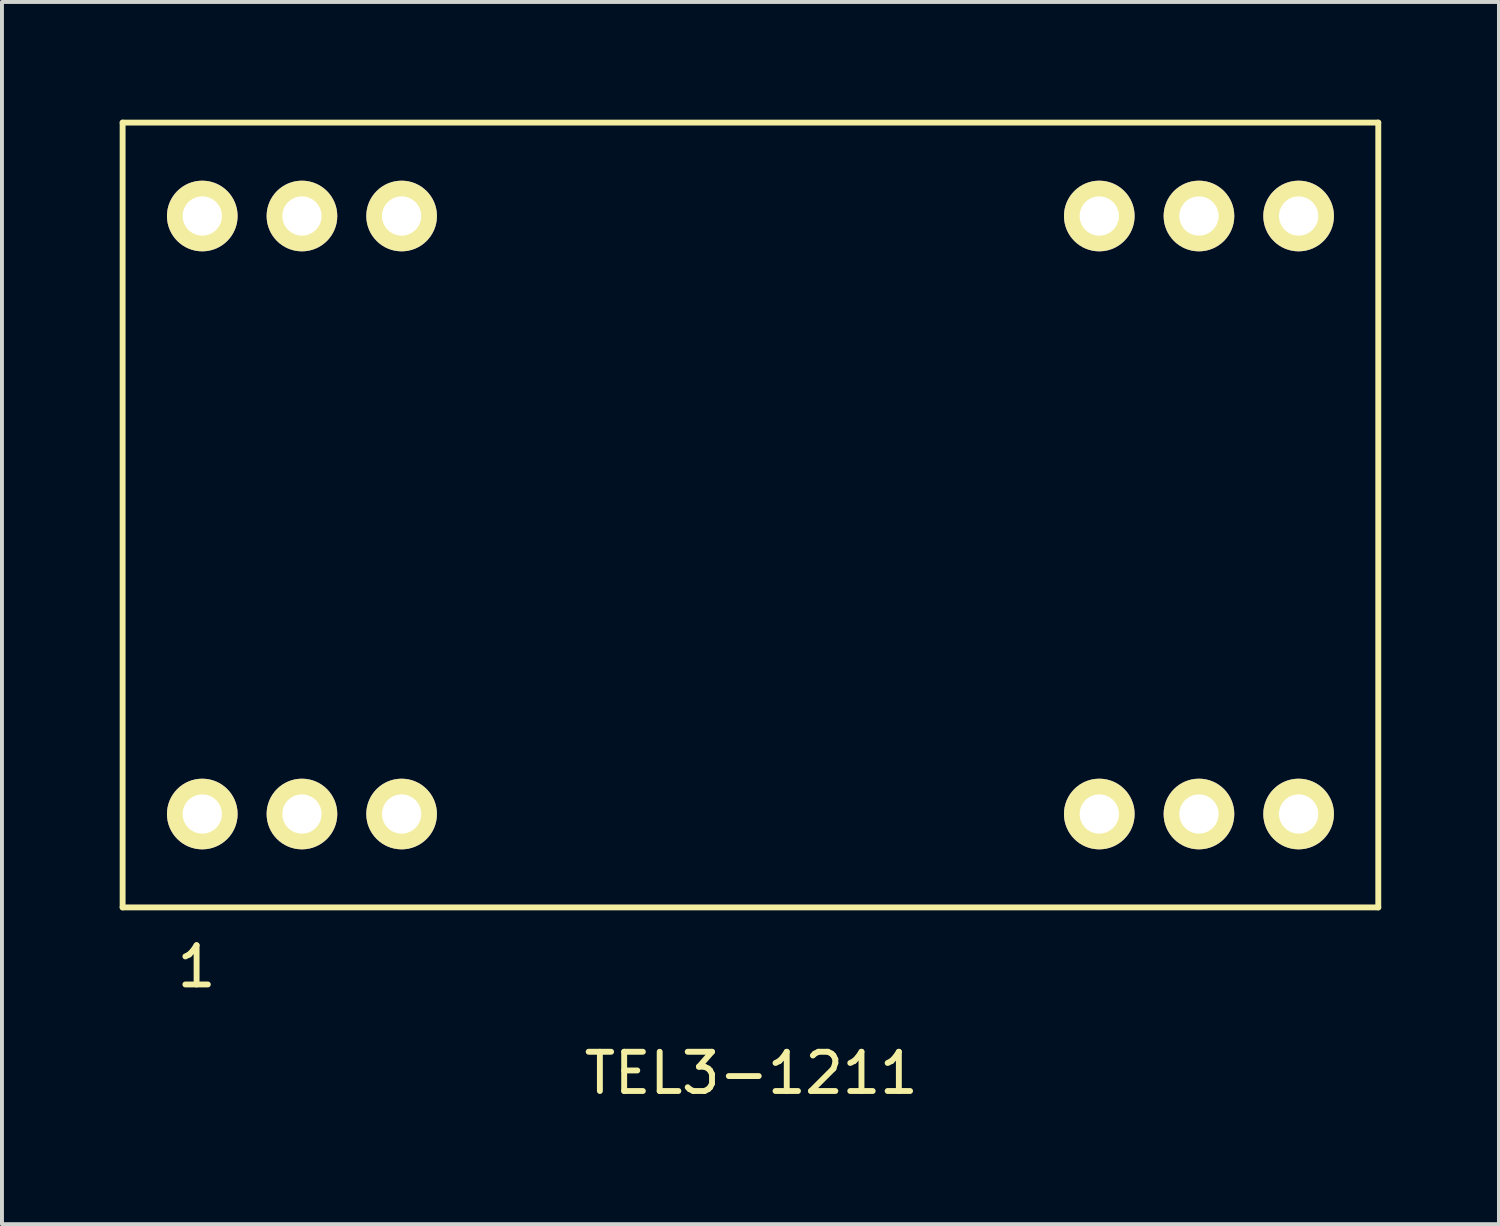
<source format=kicad_pcb>
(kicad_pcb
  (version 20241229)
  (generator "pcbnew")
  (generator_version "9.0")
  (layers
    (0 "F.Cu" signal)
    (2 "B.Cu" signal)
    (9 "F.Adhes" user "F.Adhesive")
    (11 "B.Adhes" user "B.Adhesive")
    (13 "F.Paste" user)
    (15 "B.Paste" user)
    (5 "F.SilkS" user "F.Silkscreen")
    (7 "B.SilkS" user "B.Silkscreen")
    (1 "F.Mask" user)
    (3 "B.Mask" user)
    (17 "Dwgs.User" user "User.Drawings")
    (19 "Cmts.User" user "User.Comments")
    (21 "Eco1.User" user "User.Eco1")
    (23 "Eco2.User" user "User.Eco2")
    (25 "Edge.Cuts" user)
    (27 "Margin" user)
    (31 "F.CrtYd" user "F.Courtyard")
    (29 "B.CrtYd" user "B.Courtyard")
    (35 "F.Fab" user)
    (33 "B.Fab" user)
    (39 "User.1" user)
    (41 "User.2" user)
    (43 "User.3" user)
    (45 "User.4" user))
  (footprint "TEL3-1211"
    (layer "F.Cu")
    (at 16.075 10.075)
    (property "Reference" "TEL3-1211" (at 0.02 14.224 0) (layer "F.SilkS") (effects (font (size 1 1) (thickness 0.15))))
    (attr through_hole)
    (fp_line (start -16 -10) (end 16 -10) (stroke (width 0.15) (type solid)) (layer "F.SilkS"))
    (fp_line (start -16 10) (end -16 -10) (stroke (width 0.15) (type solid)) (layer "F.SilkS"))
    (fp_line (start 16 -10) (end 16 10) (stroke (width 0.15) (type solid)) (layer "F.SilkS"))
    (fp_line (start 16 10) (end -16 10) (stroke (width 0.15) (type solid)) (layer "F.SilkS"))
    (fp_text user "1" (at -14.115 11.509 0) (layer "F.SilkS") (effects (font (size 1 1) (thickness 0.15))))
    (pad "1" thru_hole circle (at -13.97 7.62) (size 1.8 1.8) (drill 1) (layers "*.Cu" "*.Mask" "F.SilkS"))
    (pad "2" thru_hole circle (at -11.43 7.62) (size 1.8 1.8) (drill 1) (layers "*.Cu" "*.Mask" "F.SilkS"))
    (pad "3" thru_hole circle (at -8.89 7.62) (size 1.8 1.8) (drill 1) (layers "*.Cu" "*.Mask" "F.SilkS"))
    (pad "10" thru_hole circle (at 8.89 7.62) (size 1.8 1.8) (drill 1) (layers "*.Cu" "*.Mask" "F.SilkS"))
    (pad "11" thru_hole circle (at 11.43 7.62) (size 1.8 1.8) (drill 1) (layers "*.Cu" "*.Mask" "F.SilkS"))
    (pad "12" thru_hole circle (at 13.97 7.62) (size 1.8 1.8) (drill 1) (layers "*.Cu" "*.Mask" "F.SilkS"))
    (pad "13" thru_hole circle (at 13.97 -7.62) (size 1.8 1.8) (drill 1) (layers "*.Cu" "*.Mask" "F.SilkS"))
    (pad "14" thru_hole circle (at 11.43 -7.62) (size 1.8 1.8) (drill 1) (layers "*.Cu" "*.Mask" "F.SilkS"))
    (pad "15" thru_hole circle (at 8.89 -7.62) (size 1.8 1.8) (drill 1) (layers "*.Cu" "*.Mask" "F.SilkS"))
    (pad "22" thru_hole circle (at -8.89 -7.62) (size 1.8 1.8) (drill 1) (layers "*.Cu" "*.Mask" "F.SilkS"))
    (pad "23" thru_hole circle (at -11.43 -7.62) (size 1.8 1.8) (drill 1) (layers "*.Cu" "*.Mask" "F.SilkS"))
    (pad "24" thru_hole circle (at -13.97 -7.62) (size 1.8 1.8) (drill 1) (layers "*.Cu" "*.Mask" "F.SilkS")))
  (gr_rect
    (start -3 -3)
    (end 35.15 28.147)
    (stroke (width 0.1) (type default))
    (fill no)
    (layer "Edge.Cuts")))
</source>
